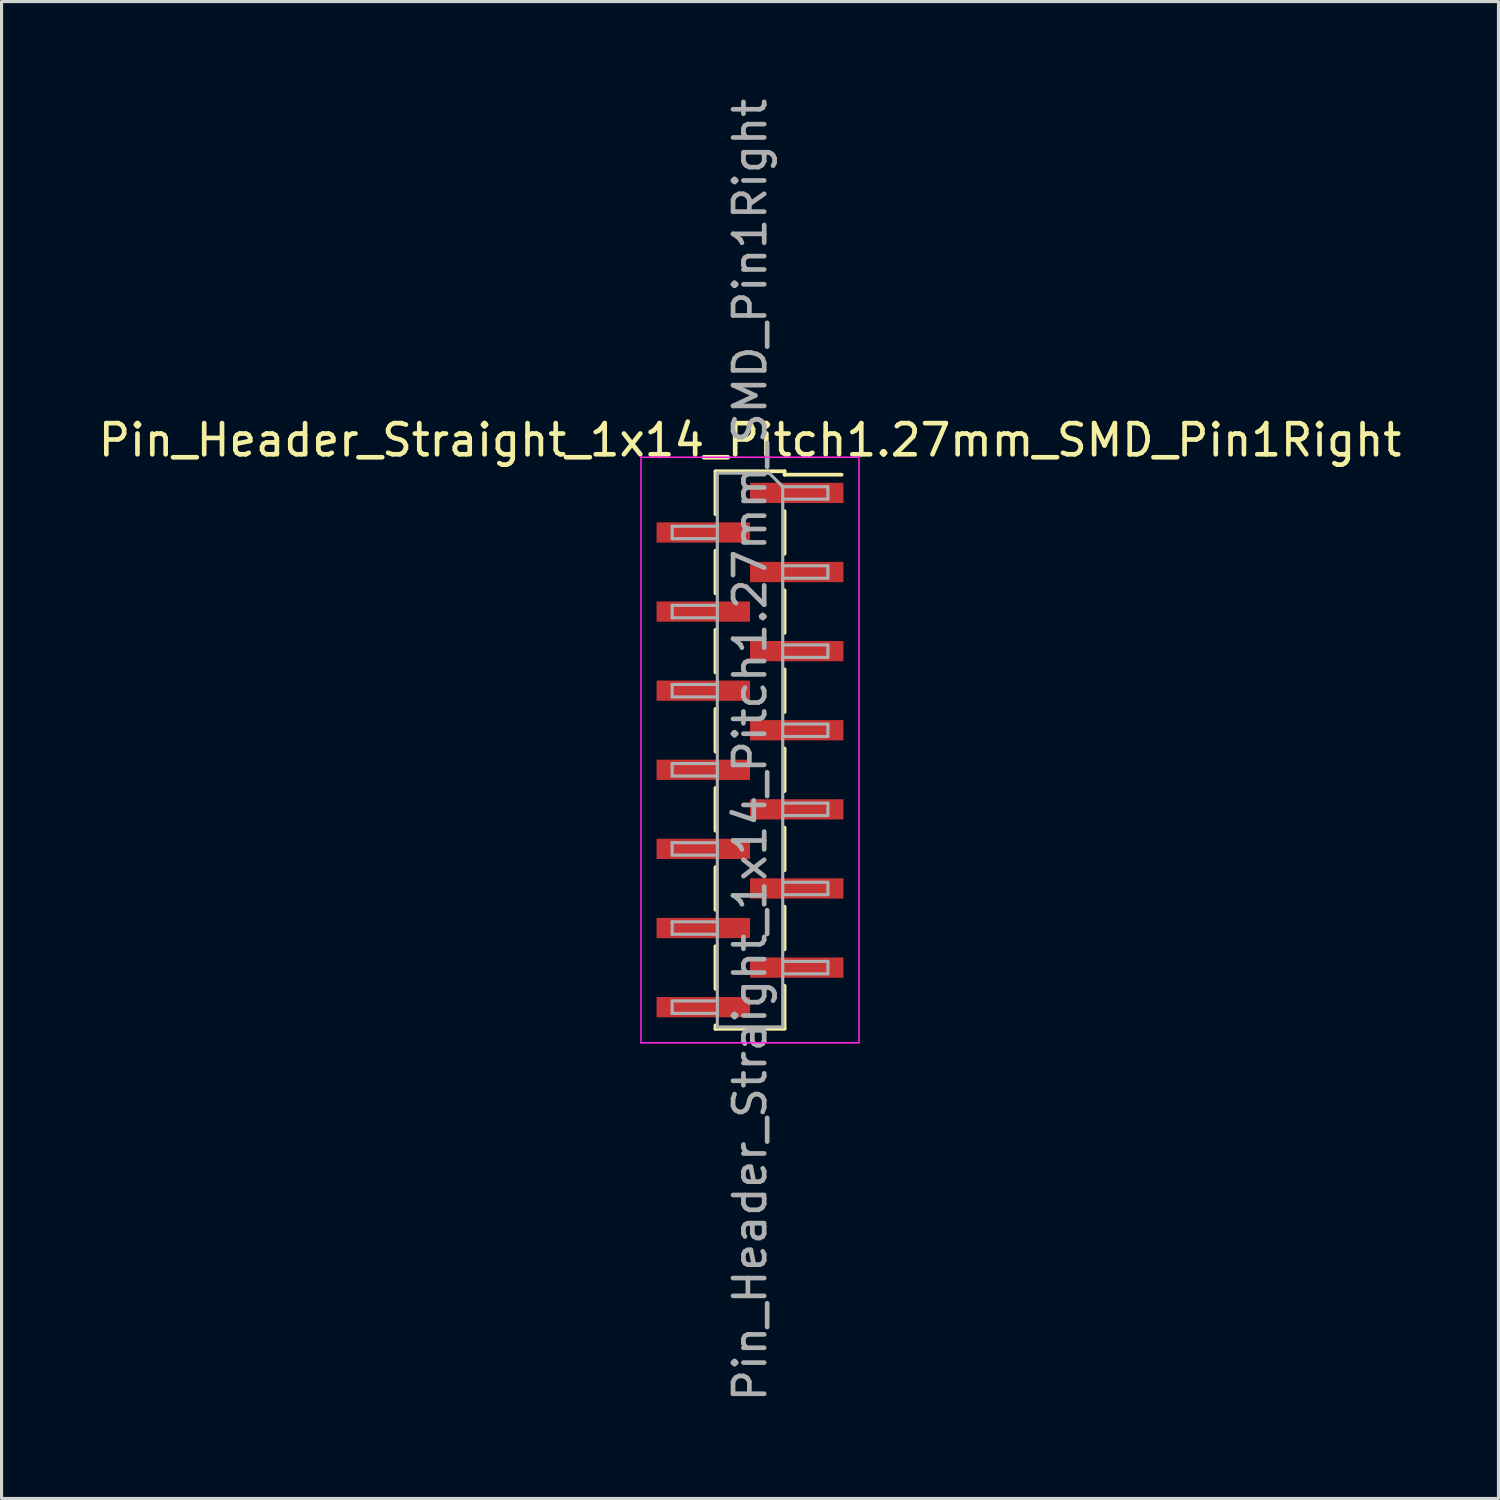
<source format=kicad_pcb>
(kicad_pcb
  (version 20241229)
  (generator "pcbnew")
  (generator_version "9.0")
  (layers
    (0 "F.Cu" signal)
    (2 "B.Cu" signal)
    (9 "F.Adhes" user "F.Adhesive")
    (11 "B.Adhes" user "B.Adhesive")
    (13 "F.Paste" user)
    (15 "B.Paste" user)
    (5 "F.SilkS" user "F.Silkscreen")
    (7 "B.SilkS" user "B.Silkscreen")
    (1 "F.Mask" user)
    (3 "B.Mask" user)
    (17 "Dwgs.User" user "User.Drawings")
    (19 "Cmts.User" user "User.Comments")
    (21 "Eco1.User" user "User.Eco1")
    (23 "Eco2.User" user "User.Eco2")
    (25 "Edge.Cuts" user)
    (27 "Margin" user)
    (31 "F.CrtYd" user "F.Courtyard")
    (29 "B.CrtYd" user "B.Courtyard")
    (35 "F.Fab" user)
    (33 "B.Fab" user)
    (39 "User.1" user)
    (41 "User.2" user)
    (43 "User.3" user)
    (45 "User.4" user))
  (footprint "Pin_Header_Straight_1x14_Pitch1.27mm_SMD_Pin1Right"
    (layer "F.Cu")
    (at 21.03 21.03)
    (property "Reference" "Pin_Header_Straight_1x14_Pitch1.27mm_SMD_Pin1Right" (at 0 -9.95 0) (layer "F.SilkS") (effects (font (size 1 1) (thickness 0.15))))
    (attr smd)
    (fp_line (start -1.11 -8.95) (end 1.11 -8.95) (stroke (width 0.12) (type solid)) (layer "F.SilkS"))
    (fp_line (start -1.11 -8.94) (end -1.11 -7.57) (stroke (width 0.12) (type solid)) (layer "F.SilkS"))
    (fp_line (start -1.11 -6.4) (end -1.11 -5.03) (stroke (width 0.12) (type solid)) (layer "F.SilkS"))
    (fp_line (start -1.11 -3.86) (end -1.11 -2.49) (stroke (width 0.12) (type solid)) (layer "F.SilkS"))
    (fp_line (start -1.11 -1.32) (end -1.11 0.05) (stroke (width 0.12) (type solid)) (layer "F.SilkS"))
    (fp_line (start -1.11 1.22) (end -1.11 2.59) (stroke (width 0.12) (type solid)) (layer "F.SilkS"))
    (fp_line (start -1.11 3.76) (end -1.11 5.13) (stroke (width 0.12) (type solid)) (layer "F.SilkS"))
    (fp_line (start -1.11 6.3) (end -1.11 7.67) (stroke (width 0.12) (type solid)) (layer "F.SilkS"))
    (fp_line (start -1.11 8.84) (end -1.11 8.95) (stroke (width 0.12) (type solid)) (layer "F.SilkS"))
    (fp_line (start -1.11 8.95) (end 1.11 8.95) (stroke (width 0.12) (type solid)) (layer "F.SilkS"))
    (fp_line (start 1.11 -8.95) (end 1.11 -8.84) (stroke (width 0.12) (type solid)) (layer "F.SilkS"))
    (fp_line (start 1.11 -8.84) (end 2.94 -8.84) (stroke (width 0.12) (type solid)) (layer "F.SilkS"))
    (fp_line (start 1.11 -7.67) (end 1.11 -6.3) (stroke (width 0.12) (type solid)) (layer "F.SilkS"))
    (fp_line (start 1.11 -5.13) (end 1.11 -3.76) (stroke (width 0.12) (type solid)) (layer "F.SilkS"))
    (fp_line (start 1.11 -2.59) (end 1.11 -1.22) (stroke (width 0.12) (type solid)) (layer "F.SilkS"))
    (fp_line (start 1.11 -0.05) (end 1.11 1.32) (stroke (width 0.12) (type solid)) (layer "F.SilkS"))
    (fp_line (start 1.11 2.49) (end 1.11 3.86) (stroke (width 0.12) (type solid)) (layer "F.SilkS"))
    (fp_line (start 1.11 5.03) (end 1.11 6.4) (stroke (width 0.12) (type solid)) (layer "F.SilkS"))
    (fp_line (start 1.11 7.57) (end 1.11 8.94) (stroke (width 0.12) (type solid)) (layer "F.SilkS"))
    (fp_line (start -3.5 -9.4) (end -3.5 9.4) (stroke (width 0.05) (type solid)) (layer "F.CrtYd"))
    (fp_line (start -3.5 9.4) (end 3.5 9.4) (stroke (width 0.05) (type solid)) (layer "F.CrtYd"))
    (fp_line (start 3.5 -9.4) (end -3.5 -9.4) (stroke (width 0.05) (type solid)) (layer "F.CrtYd"))
    (fp_line (start 3.5 9.4) (end 3.5 -9.4) (stroke (width 0.05) (type solid)) (layer "F.CrtYd"))
    (fp_line (start -2.5 -7.185) (end -2.5 -6.785) (stroke (width 0.1) (type solid)) (layer "F.Fab"))
    (fp_line (start -2.5 -6.785) (end -1.05 -6.785) (stroke (width 0.1) (type solid)) (layer "F.Fab"))
    (fp_line (start -2.5 -4.645) (end -2.5 -4.245) (stroke (width 0.1) (type solid)) (layer "F.Fab"))
    (fp_line (start -2.5 -4.245) (end -1.05 -4.245) (stroke (width 0.1) (type solid)) (layer "F.Fab"))
    (fp_line (start -2.5 -2.105) (end -2.5 -1.705) (stroke (width 0.1) (type solid)) (layer "F.Fab"))
    (fp_line (start -2.5 -1.705) (end -1.05 -1.705) (stroke (width 0.1) (type solid)) (layer "F.Fab"))
    (fp_line (start -2.5 0.435) (end -2.5 0.835) (stroke (width 0.1) (type solid)) (layer "F.Fab"))
    (fp_line (start -2.5 0.835) (end -1.05 0.835) (stroke (width 0.1) (type solid)) (layer "F.Fab"))
    (fp_line (start -2.5 2.975) (end -2.5 3.375) (stroke (width 0.1) (type solid)) (layer "F.Fab"))
    (fp_line (start -2.5 3.375) (end -1.05 3.375) (stroke (width 0.1) (type solid)) (layer "F.Fab"))
    (fp_line (start -2.5 5.515) (end -2.5 5.915) (stroke (width 0.1) (type solid)) (layer "F.Fab"))
    (fp_line (start -2.5 5.915) (end -1.05 5.915) (stroke (width 0.1) (type solid)) (layer "F.Fab"))
    (fp_line (start -2.5 8.055) (end -2.5 8.455) (stroke (width 0.1) (type solid)) (layer "F.Fab"))
    (fp_line (start -2.5 8.455) (end -1.05 8.455) (stroke (width 0.1) (type solid)) (layer "F.Fab"))
    (fp_line (start -1.05 -8.89) (end -1.05 8.89) (stroke (width 0.1) (type solid)) (layer "F.Fab"))
    (fp_line (start -1.05 -8.89) (end 0.615 -8.89) (stroke (width 0.1) (type solid)) (layer "F.Fab"))
    (fp_line (start -1.05 -7.185) (end -2.5 -7.185) (stroke (width 0.1) (type solid)) (layer "F.Fab"))
    (fp_line (start -1.05 -4.645) (end -2.5 -4.645) (stroke (width 0.1) (type solid)) (layer "F.Fab"))
    (fp_line (start -1.05 -2.105) (end -2.5 -2.105) (stroke (width 0.1) (type solid)) (layer "F.Fab"))
    (fp_line (start -1.05 0.435) (end -2.5 0.435) (stroke (width 0.1) (type solid)) (layer "F.Fab"))
    (fp_line (start -1.05 2.975) (end -2.5 2.975) (stroke (width 0.1) (type solid)) (layer "F.Fab"))
    (fp_line (start -1.05 5.515) (end -2.5 5.515) (stroke (width 0.1) (type solid)) (layer "F.Fab"))
    (fp_line (start -1.05 8.055) (end -2.5 8.055) (stroke (width 0.1) (type solid)) (layer "F.Fab"))
    (fp_line (start 1.05 -8.455) (end 0.615 -8.89) (stroke (width 0.1) (type solid)) (layer "F.Fab"))
    (fp_line (start 1.05 -8.455) (end 2.5 -8.455) (stroke (width 0.1) (type solid)) (layer "F.Fab"))
    (fp_line (start 1.05 -5.915) (end 2.5 -5.915) (stroke (width 0.1) (type solid)) (layer "F.Fab"))
    (fp_line (start 1.05 -3.375) (end 2.5 -3.375) (stroke (width 0.1) (type solid)) (layer "F.Fab"))
    (fp_line (start 1.05 -0.835) (end 2.5 -0.835) (stroke (width 0.1) (type solid)) (layer "F.Fab"))
    (fp_line (start 1.05 1.705) (end 2.5 1.705) (stroke (width 0.1) (type solid)) (layer "F.Fab"))
    (fp_line (start 1.05 4.245) (end 2.5 4.245) (stroke (width 0.1) (type solid)) (layer "F.Fab"))
    (fp_line (start 1.05 6.785) (end 2.5 6.785) (stroke (width 0.1) (type solid)) (layer "F.Fab"))
    (fp_line (start 1.05 8.89) (end -1.05 8.89) (stroke (width 0.1) (type solid)) (layer "F.Fab"))
    (fp_line (start 1.05 8.89) (end 1.05 -8.455) (stroke (width 0.1) (type solid)) (layer "F.Fab"))
    (fp_line (start 2.5 -8.455) (end 2.5 -8.055) (stroke (width 0.1) (type solid)) (layer "F.Fab"))
    (fp_line (start 2.5 -8.055) (end 1.05 -8.055) (stroke (width 0.1) (type solid)) (layer "F.Fab"))
    (fp_line (start 2.5 -5.915) (end 2.5 -5.515) (stroke (width 0.1) (type solid)) (layer "F.Fab"))
    (fp_line (start 2.5 -5.515) (end 1.05 -5.515) (stroke (width 0.1) (type solid)) (layer "F.Fab"))
    (fp_line (start 2.5 -3.375) (end 2.5 -2.975) (stroke (width 0.1) (type solid)) (layer "F.Fab"))
    (fp_line (start 2.5 -2.975) (end 1.05 -2.975) (stroke (width 0.1) (type solid)) (layer "F.Fab"))
    (fp_line (start 2.5 -0.835) (end 2.5 -0.435) (stroke (width 0.1) (type solid)) (layer "F.Fab"))
    (fp_line (start 2.5 -0.435) (end 1.05 -0.435) (stroke (width 0.1) (type solid)) (layer "F.Fab"))
    (fp_line (start 2.5 1.705) (end 2.5 2.105) (stroke (width 0.1) (type solid)) (layer "F.Fab"))
    (fp_line (start 2.5 2.105) (end 1.05 2.105) (stroke (width 0.1) (type solid)) (layer "F.Fab"))
    (fp_line (start 2.5 4.245) (end 2.5 4.645) (stroke (width 0.1) (type solid)) (layer "F.Fab"))
    (fp_line (start 2.5 4.645) (end 1.05 4.645) (stroke (width 0.1) (type solid)) (layer "F.Fab"))
    (fp_line (start 2.5 6.785) (end 2.5 7.185) (stroke (width 0.1) (type solid)) (layer "F.Fab"))
    (fp_line (start 2.5 7.185) (end 1.05 7.185) (stroke (width 0.1) (type solid)) (layer "F.Fab"))
    (fp_text user "${REFERENCE}" (at 0 0 90) (layer "F.Fab") (effects (font (size 1 1) (thickness 0.15))))
    (pad "1" smd rect (at 1.5 -8.255) (size 3 0.65) (layers "F.Cu" "F.Mask" "F.Paste"))
    (pad "2" smd rect (at -1.5 -6.985) (size 3 0.65) (layers "F.Cu" "F.Mask" "F.Paste"))
    (pad "3" smd rect (at 1.5 -5.715) (size 3 0.65) (layers "F.Cu" "F.Mask" "F.Paste"))
    (pad "4" smd rect (at -1.5 -4.445) (size 3 0.65) (layers "F.Cu" "F.Mask" "F.Paste"))
    (pad "5" smd rect (at 1.5 -3.175) (size 3 0.65) (layers "F.Cu" "F.Mask" "F.Paste"))
    (pad "6" smd rect (at -1.5 -1.905) (size 3 0.65) (layers "F.Cu" "F.Mask" "F.Paste"))
    (pad "7" smd rect (at 1.5 -0.635) (size 3 0.65) (layers "F.Cu" "F.Mask" "F.Paste"))
    (pad "8" smd rect (at -1.5 0.635) (size 3 0.65) (layers "F.Cu" "F.Mask" "F.Paste"))
    (pad "9" smd rect (at 1.5 1.905) (size 3 0.65) (layers "F.Cu" "F.Mask" "F.Paste"))
    (pad "10" smd rect (at -1.5 3.175) (size 3 0.65) (layers "F.Cu" "F.Mask" "F.Paste"))
    (pad "11" smd rect (at 1.5 4.445) (size 3 0.65) (layers "F.Cu" "F.Mask" "F.Paste"))
    (pad "12" smd rect (at -1.5 5.715) (size 3 0.65) (layers "F.Cu" "F.Mask" "F.Paste"))
    (pad "13" smd rect (at 1.5 6.985) (size 3 0.65) (layers "F.Cu" "F.Mask" "F.Paste"))
    (pad "14" smd rect (at -1.5 8.255) (size 3 0.65) (layers "F.Cu" "F.Mask" "F.Paste")))
  (gr_rect
    (start -3 -3)
    (end 45.06 45.06)
    (stroke (width 0.1) (type default))
    (fill no)
    (layer "Edge.Cuts")))
</source>
